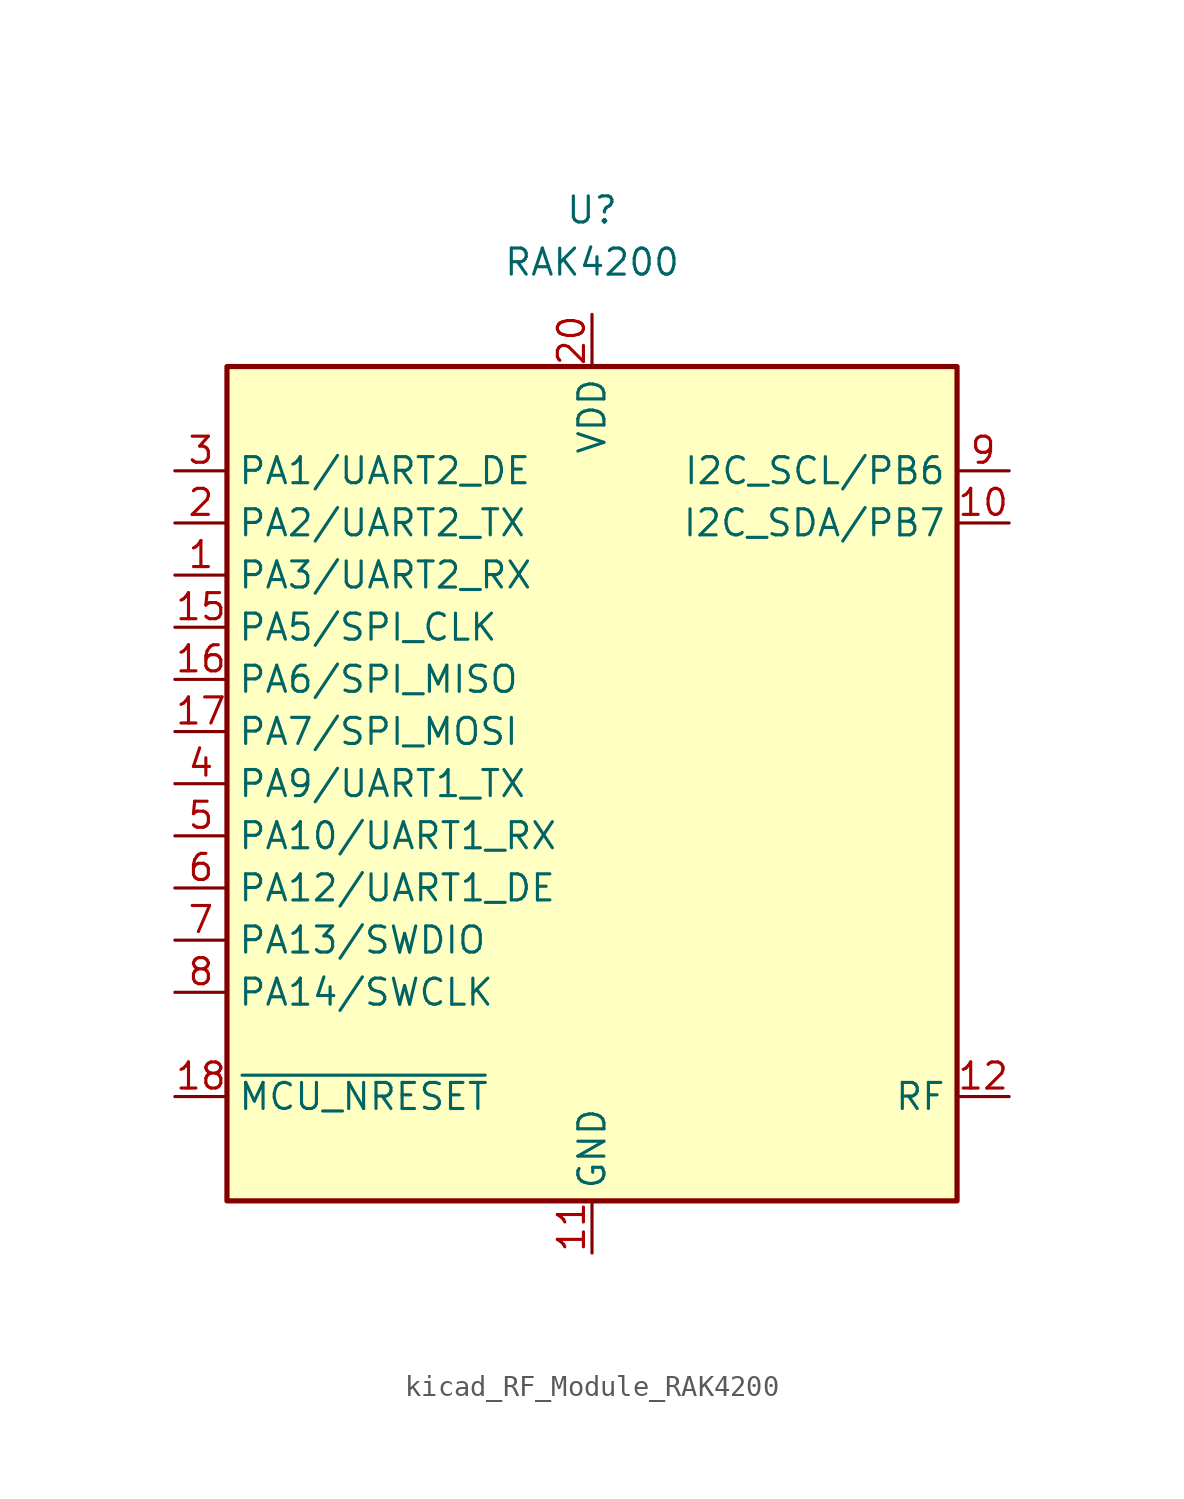
<source format=kicad_sym>
(kicad_symbol_lib
  (version 20220914)
  (generator kicad_symbol_editor)
  (symbol "kicad_RF_Module_RAK4200"
    (property "Reference" "U"
      (at 0 27.94 0)
      (effects (font (size 1.27 1.27))))
    (property "Value" "RAK4200"
      (at 0 25.4 0)
      (effects (font (size 1.27 1.27))))
    (symbol "kicad_RF_Module_RAK4200_0_1"
      (rectangle (start -17.78 20.32) (end 17.78 -20.32) (stroke (width 0.254) (type default)) (fill (type background))))
    (symbol "kicad_RF_Module_RAK4200_1_1"
      (pin bidirectional line (at -20.32 10.16 0) (length 2.54) (name "PA3/UART2_RX" (effects (font (size 1.27 1.27)))) (number "1" (effects (font (size 1.27 1.27)))))
      (pin bidirectional line (at 20.32 12.7 180) (length 2.54) (name "I2C_SDA/PB7" (effects (font (size 1.27 1.27)))) (number "10" (effects (font (size 1.27 1.27)))))
      (pin power_in line (at 0 -22.86 90) (length 2.54) (name "GND" (effects (font (size 1.27 1.27)))) (number "11" (effects (font (size 1.27 1.27)))))
      (pin passive line (at 20.32 -15.24 180) (length 2.54) (name "RF" (effects (font (size 1.27 1.27)))) (number "12" (effects (font (size 1.27 1.27)))))
      (pin passive line (at 0 -22.86 90) (length 2.54) hide (name "GND" (effects (font (size 1.27 1.27)))) (number "13" (effects (font (size 1.27 1.27)))))
      (pin passive line (at 0 -22.86 90) (length 2.54) hide (name "GND" (effects (font (size 1.27 1.27)))) (number "14" (effects (font (size 1.27 1.27)))))
      (pin bidirectional line (at -20.32 7.62 0) (length 2.54) (name "PA5/SPI_CLK" (effects (font (size 1.27 1.27)))) (number "15" (effects (font (size 1.27 1.27)))))
      (pin bidirectional line (at -20.32 5.08 0) (length 2.54) (name "PA6/SPI_MISO" (effects (font (size 1.27 1.27)))) (number "16" (effects (font (size 1.27 1.27)))))
      (pin bidirectional line (at -20.32 2.54 0) (length 2.54) (name "PA7/SPI_MOSI" (effects (font (size 1.27 1.27)))) (number "17" (effects (font (size 1.27 1.27)))))
      (pin bidirectional line (at -20.32 -15.24 0) (length 2.54) (name "~{MCU_NRESET}" (effects (font (size 1.27 1.27)))) (number "18" (effects (font (size 1.27 1.27)))))
      (pin passive line (at 0 -22.86 90) (length 2.54) hide (name "GND" (effects (font (size 1.27 1.27)))) (number "19" (effects (font (size 1.27 1.27)))))
      (pin bidirectional line (at -20.32 12.7 0) (length 2.54) (name "PA2/UART2_TX" (effects (font (size 1.27 1.27)))) (number "2" (effects (font (size 1.27 1.27)))))
      (pin power_in line (at 0 22.86 270) (length 2.54) (name "VDD" (effects (font (size 1.27 1.27)))) (number "20" (effects (font (size 1.27 1.27)))))
      (pin bidirectional line (at -20.32 15.24 0) (length 2.54) (name "PA1/UART2_DE" (effects (font (size 1.27 1.27)))) (number "3" (effects (font (size 1.27 1.27)))))
      (pin bidirectional line (at -20.32 0 0) (length 2.54) (name "PA9/UART1_TX" (effects (font (size 1.27 1.27)))) (number "4" (effects (font (size 1.27 1.27)))))
      (pin bidirectional line (at -20.32 -2.54 0) (length 2.54) (name "PA10/UART1_RX" (effects (font (size 1.27 1.27)))) (number "5" (effects (font (size 1.27 1.27)))))
      (pin bidirectional line (at -20.32 -5.08 0) (length 2.54) (name "PA12/UART1_DE" (effects (font (size 1.27 1.27)))) (number "6" (effects (font (size 1.27 1.27)))))
      (pin bidirectional line (at -20.32 -7.62 0) (length 2.54) (name "PA13/SWDIO" (effects (font (size 1.27 1.27)))) (number "7" (effects (font (size 1.27 1.27)))))
      (pin bidirectional line (at -20.32 -10.16 0) (length 2.54) (name "PA14/SWCLK" (effects (font (size 1.27 1.27)))) (number "8" (effects (font (size 1.27 1.27)))))
      (pin bidirectional line (at 20.32 15.24 180) (length 2.54) (name "I2C_SCL/PB6" (effects (font (size 1.27 1.27)))) (number "9" (effects (font (size 1.27 1.27))))))))
</source>
